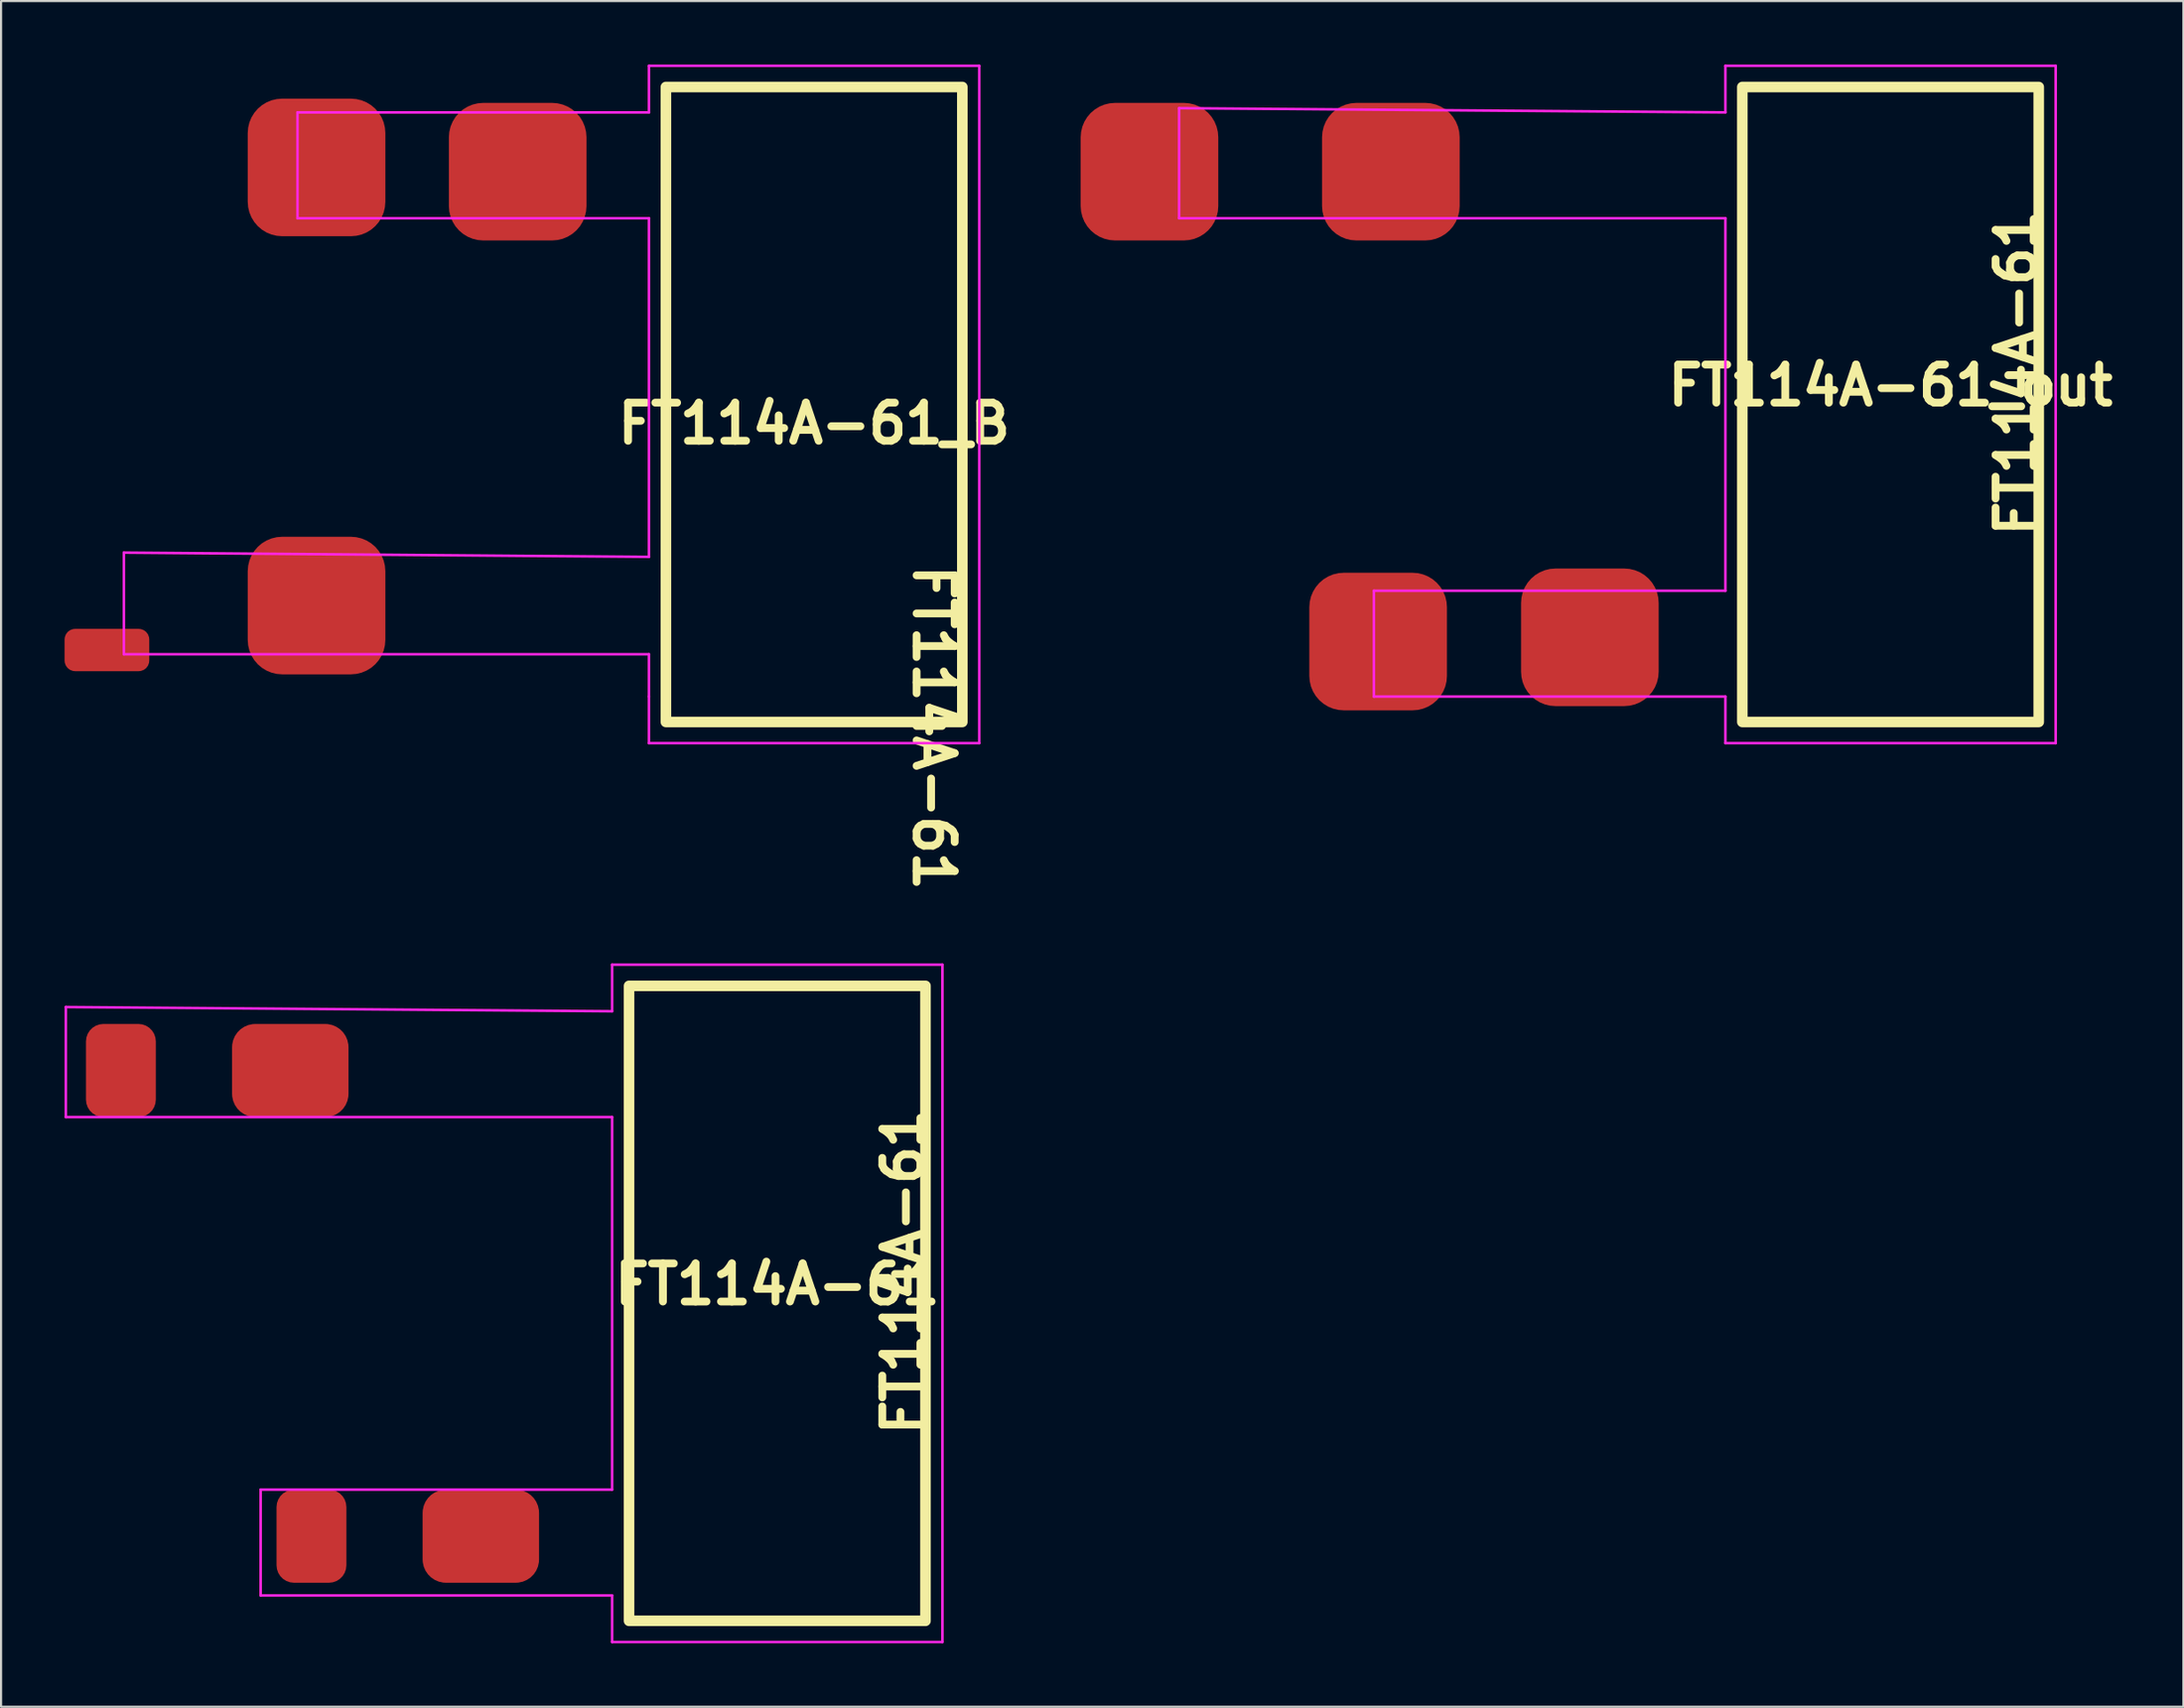
<source format=kicad_pcb>
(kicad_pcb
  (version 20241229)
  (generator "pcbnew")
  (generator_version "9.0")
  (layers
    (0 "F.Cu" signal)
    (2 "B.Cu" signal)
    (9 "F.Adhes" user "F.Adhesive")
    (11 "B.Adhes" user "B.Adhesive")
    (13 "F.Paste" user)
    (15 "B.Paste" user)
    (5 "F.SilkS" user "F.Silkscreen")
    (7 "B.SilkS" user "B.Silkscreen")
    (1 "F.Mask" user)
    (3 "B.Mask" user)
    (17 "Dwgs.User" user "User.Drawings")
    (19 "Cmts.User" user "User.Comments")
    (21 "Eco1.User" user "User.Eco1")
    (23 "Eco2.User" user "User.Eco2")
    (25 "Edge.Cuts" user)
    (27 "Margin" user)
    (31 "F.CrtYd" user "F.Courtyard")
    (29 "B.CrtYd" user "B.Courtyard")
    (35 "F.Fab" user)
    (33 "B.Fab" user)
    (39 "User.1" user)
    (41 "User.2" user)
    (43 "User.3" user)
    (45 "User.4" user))
  (footprint "FT114A-61_out"
    (layer "F.Cu")
    (at 86.239 16.06)
    (property "Reference" "FT114A-61_out" (at 0 -0.9 0) (unlocked yes) (layer "F.SilkS") (effects (font (size 1.8 1.8) (thickness 0.37))))
    (attr smd)
    (fp_rect (start -7 -15) (end 7 15) (stroke (width 0.5) (type default)) (fill no) (layer "F.SilkS"))
    (fp_line (start -33.6 -14) (end -7.8 -13.8) (stroke (width 0.12) (type default)) (layer "F.CrtYd"))
    (fp_line (start -33.6 -8.8) (end -33.6 -14) (stroke (width 0.12) (type default)) (layer "F.CrtYd"))
    (fp_line (start -24.4 8.8) (end -7.8 8.8) (stroke (width 0.12) (type default)) (layer "F.CrtYd"))
    (fp_line (start -24.4 13.8) (end -24.4 8.8) (stroke (width 0.12) (type default)) (layer "F.CrtYd"))
    (fp_line (start -7.8 -16) (end 7.8 -16) (stroke (width 0.12) (type default)) (layer "F.CrtYd"))
    (fp_line (start -7.8 -13.8) (end -7.8 -16) (stroke (width 0.12) (type default)) (layer "F.CrtYd"))
    (fp_line (start -7.8 -8.8) (end -33.6 -8.8) (stroke (width 0.12) (type default)) (layer "F.CrtYd"))
    (fp_line (start -7.8 8.8) (end -7.8 -8.8) (stroke (width 0.12) (type default)) (layer "F.CrtYd"))
    (fp_line (start -7.8 13.8) (end -24.4 13.8) (stroke (width 0.12) (type default)) (layer "F.CrtYd"))
    (fp_line (start -7.8 16) (end -7.8 13.8) (stroke (width 0.12) (type default)) (layer "F.CrtYd"))
    (fp_line (start 7.8 -16) (end 7.8 16) (stroke (width 0.12) (type default)) (layer "F.CrtYd"))
    (fp_line (start 7.8 16) (end -7.8 16) (stroke (width 0.12) (type default)) (layer "F.CrtYd"))
    (fp_text user "FT114A-61" (at 7 6.4 90) (unlocked yes) (layer "F.SilkS") (effects (font (size 1.8 1.8) (thickness 0.37) (bold yes)) (justify left bottom)))
    (pad "1" smd roundrect (at -14.2 11 270) (size 6.5 6.5) (layers "F.Cu" "F.Mask" "F.Paste") (roundrect_rratio 0.25))
    (pad "2" smd roundrect (at -23.6 -11) (size 6.5 6.5) (layers "F.Cu" "F.Mask" "F.Paste") (roundrect_rratio 0.25))
    (pad "3" smd roundrect (at -35 -11) (size 6.5 6.5) (layers "F.Cu" "F.Mask" "F.Paste") (roundrect_rratio 0.25))
    (pad "4" smd roundrect (at -24.2 11.2) (size 6.5 6.5) (layers "F.Cu" "F.Mask" "F.Paste") (roundrect_rratio 0.25)))
  (footprint "FT114A-61"
    (layer "F.Cu")
    (at 33.66 58.527)
    (property "Reference" "FT114A-61" (at 0 -0.9 0) (unlocked yes) (layer "F.SilkS") (effects (font (size 1.8 1.8) (thickness 0.37))))
    (attr smd)
    (fp_rect (start -7 -15) (end 7 15) (stroke (width 0.5) (type default)) (fill no) (layer "F.SilkS"))
    (fp_line (start -33.6 -14) (end -7.8 -13.8) (stroke (width 0.12) (type default)) (layer "F.CrtYd"))
    (fp_line (start -33.6 -8.8) (end -33.6 -14) (stroke (width 0.12) (type default)) (layer "F.CrtYd"))
    (fp_line (start -24.4 8.8) (end -7.8 8.8) (stroke (width 0.12) (type default)) (layer "F.CrtYd"))
    (fp_line (start -24.4 13.8) (end -24.4 8.8) (stroke (width 0.12) (type default)) (layer "F.CrtYd"))
    (fp_line (start -7.8 -16) (end 7.8 -16) (stroke (width 0.12) (type default)) (layer "F.CrtYd"))
    (fp_line (start -7.8 -13.8) (end -7.8 -16) (stroke (width 0.12) (type default)) (layer "F.CrtYd"))
    (fp_line (start -7.8 -8.8) (end -33.6 -8.8) (stroke (width 0.12) (type default)) (layer "F.CrtYd"))
    (fp_line (start -7.8 8.8) (end -7.8 -8.8) (stroke (width 0.12) (type default)) (layer "F.CrtYd"))
    (fp_line (start -7.8 13.8) (end -24.4 13.8) (stroke (width 0.12) (type default)) (layer "F.CrtYd"))
    (fp_line (start -7.8 16) (end -7.8 13.8) (stroke (width 0.12) (type default)) (layer "F.CrtYd"))
    (fp_line (start 7.8 -16) (end 7.8 16) (stroke (width 0.12) (type default)) (layer "F.CrtYd"))
    (fp_line (start 7.8 16) (end -7.8 16) (stroke (width 0.12) (type default)) (layer "F.CrtYd"))
    (fp_text user "FT114A-61" (at 7 6.4 90) (unlocked yes) (layer "F.SilkS") (effects (font (size 1.8 1.8) (thickness 0.37) (bold yes)) (justify left bottom)))
    (pad "1" smd roundrect (at -31 -11) (size 3.3 4.4) (layers "F.Cu" "F.Mask" "F.Paste") (roundrect_rratio 0.25))
    (pad "2" smd roundrect (at -22 11) (size 3.3 4.4) (layers "F.Cu" "F.Mask" "F.Paste") (roundrect_rratio 0.25))
    (pad "3" smd roundrect (at -14 11) (size 5.5 4.4) (layers "F.Cu" "F.Mask" "F.Paste") (roundrect_rratio 0.25))
    (pad "4" smd roundrect (at -23 -11) (size 5.5 4.4) (layers "F.Cu" "F.Mask" "F.Paste") (roundrect_rratio 0.25)))
  (footprint "FT114A-61_B"
    (layer "F.Cu")
    (at 35.4 16.06)
    (property "Reference" "FT114A-61_B" (at 0 0.9 0) (unlocked yes) (layer "F.SilkS") (effects (font (size 1.8 1.8) (thickness 0.37))))
    (attr smd)
    (fp_rect (start -7 15) (end 7 -15) (stroke (width 0.5) (type default)) (fill no) (layer "F.SilkS"))
    (fp_line (start -32.6 7) (end -7.8 7.2) (stroke (width 0.12) (type default)) (layer "F.CrtYd"))
    (fp_line (start -32.6 11.8) (end -32.6 7) (stroke (width 0.12) (type default)) (layer "F.CrtYd"))
    (fp_line (start -24.4 -13.8) (end -24.4 -8.8) (stroke (width 0.12) (type default)) (layer "F.CrtYd"))
    (fp_line (start -24.4 -8.8) (end -7.8 -8.8) (stroke (width 0.12) (type default)) (layer "F.CrtYd"))
    (fp_line (start -7.8 -16) (end -7.8 -13.8) (stroke (width 0.12) (type default)) (layer "F.CrtYd"))
    (fp_line (start -7.8 -13.8) (end -24.4 -13.8) (stroke (width 0.12) (type default)) (layer "F.CrtYd"))
    (fp_line (start -7.8 7.2) (end -7.8 -8.8) (stroke (width 0.12) (type default)) (layer "F.CrtYd"))
    (fp_line (start -7.8 11.8) (end -32.6 11.8) (stroke (width 0.12) (type default)) (layer "F.CrtYd"))
    (fp_line (start -7.8 13.8) (end -7.8 11.8) (stroke (width 0.12) (type default)) (layer "F.CrtYd"))
    (fp_line (start -7.8 13.8) (end -7.8 16) (stroke (width 0.12) (type default)) (layer "F.CrtYd"))
    (fp_line (start -7.8 16) (end 7.8 16) (stroke (width 0.12) (type default)) (layer "F.CrtYd"))
    (fp_line (start 7.8 -16) (end -7.8 -16) (stroke (width 0.12) (type default)) (layer "F.CrtYd"))
    (fp_line (start 7.8 16) (end 7.8 -16) (stroke (width 0.12) (type default)) (layer "F.CrtYd"))
    (fp_text user "FT114A-61" (at 4.6 7.4 270) (unlocked yes) (layer "F.SilkS") (effects (font (size 1.8 1.8) (thickness 0.37) (bold yes)) (justify left bottom)))
    (pad "1" smd roundrect (at -33.4 11.6) (size 4 2) (layers "F.Cu" "F.Mask" "F.Paste") (roundrect_rratio 0.25))
    (pad "2" smd roundrect (at -23.5 -11.2) (size 6.5 6.5) (layers "F.Cu" "F.Mask" "F.Paste") (roundrect_rratio 0.25))
    (pad "3" smd roundrect (at -14 -11) (size 6.5 6.5) (layers "F.Cu" "F.Mask" "F.Paste") (roundrect_rratio 0.25))
    (pad "4" smd roundrect (at -23.5 9.5) (size 6.5 6.5) (layers "F.Cu" "F.Mask" "F.Paste") (roundrect_rratio 0.25)))
  (gr_rect
    (start -3 -3)
    (end 100.071 77.587)
    (stroke (width 0.1) (type default))
    (fill no)
    (layer "Edge.Cuts")))
</source>
